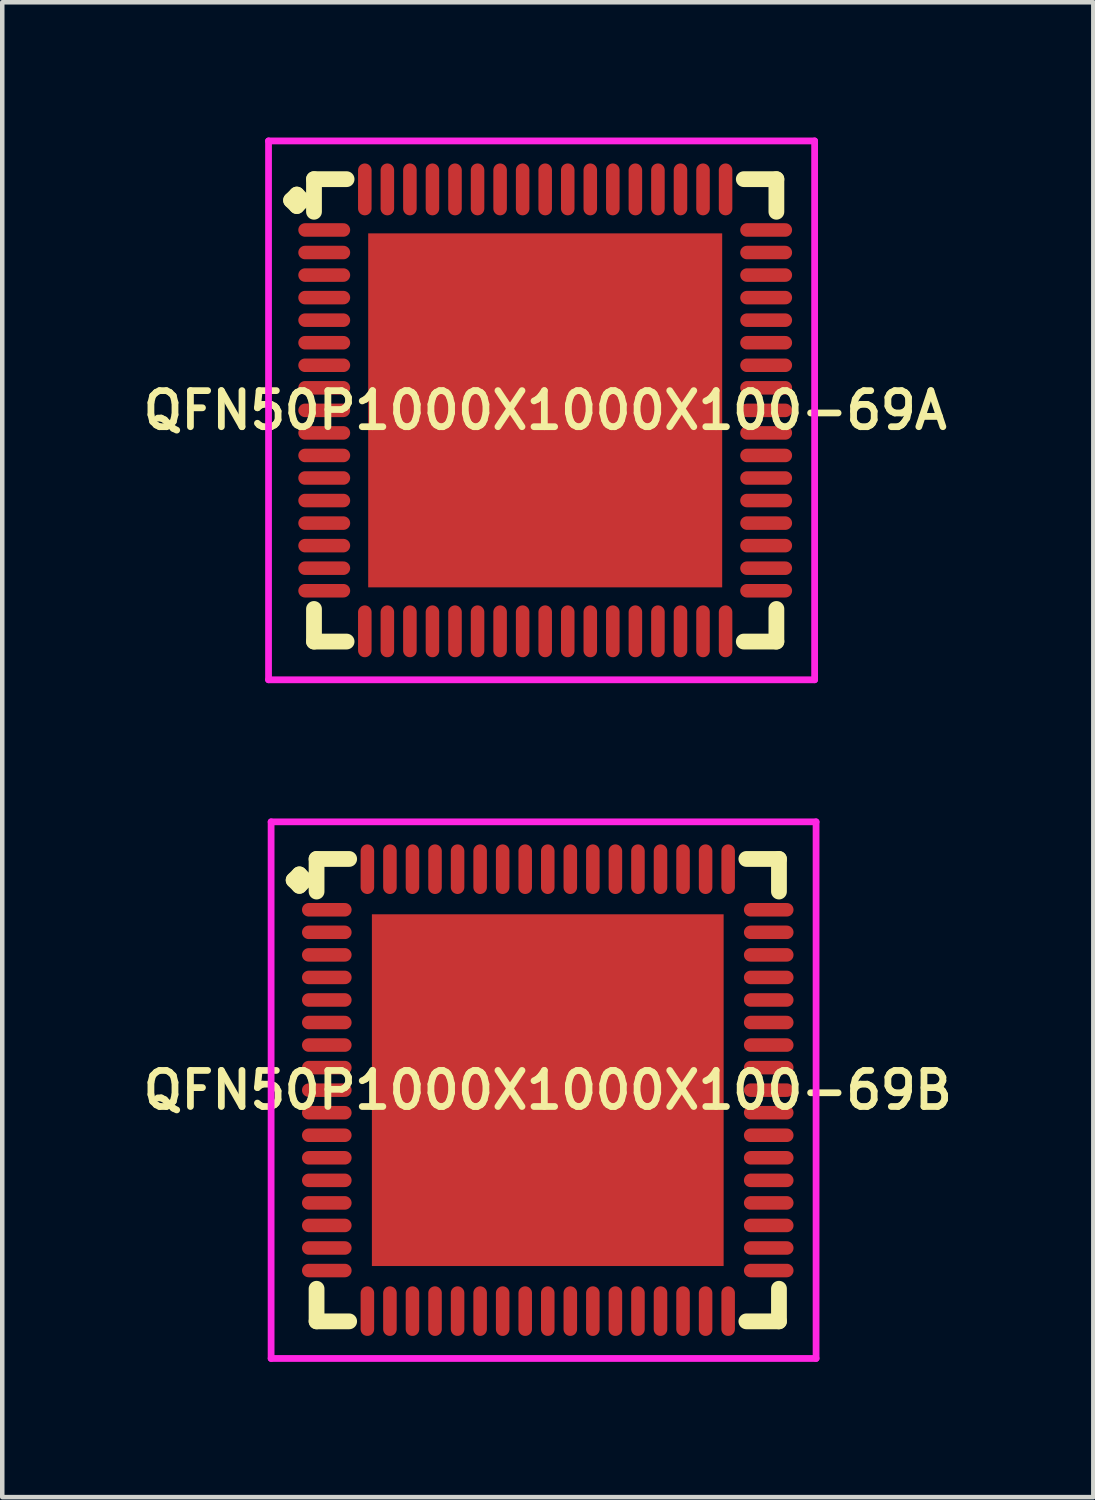
<source format=kicad_pcb>
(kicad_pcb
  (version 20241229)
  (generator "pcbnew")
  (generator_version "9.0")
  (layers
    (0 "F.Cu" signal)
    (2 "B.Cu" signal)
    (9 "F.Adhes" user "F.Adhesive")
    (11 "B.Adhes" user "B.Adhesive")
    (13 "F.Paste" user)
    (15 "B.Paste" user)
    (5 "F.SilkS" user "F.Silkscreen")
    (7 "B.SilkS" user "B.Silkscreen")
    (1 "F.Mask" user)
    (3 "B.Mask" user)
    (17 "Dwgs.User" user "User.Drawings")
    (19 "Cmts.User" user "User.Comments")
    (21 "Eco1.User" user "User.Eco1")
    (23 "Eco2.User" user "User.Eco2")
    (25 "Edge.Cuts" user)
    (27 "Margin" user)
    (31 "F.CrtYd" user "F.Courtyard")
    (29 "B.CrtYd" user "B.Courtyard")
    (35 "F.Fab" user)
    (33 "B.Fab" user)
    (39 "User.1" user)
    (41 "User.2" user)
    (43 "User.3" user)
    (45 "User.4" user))
  (footprint "QFN50P1000X1000X100-69B"
    (layer "F.Cu")
    (at 9.097 21.125)
    (property "Reference" "QFN50P1000X1000X100-69B" (at 0 0 0) (layer "F.SilkS") (effects (font (size 0.8 0.8) (thickness 0.15))))
    (attr through_hole)
    (fp_line (start -5.635 -4.658) (end -5.508 -4.785) (stroke (width 0.35) (type solid)) (layer "F.SilkS"))
    (fp_line (start -5.508 -4.785) (end -5.381 -4.658) (stroke (width 0.35) (type solid)) (layer "F.SilkS"))
    (fp_line (start -5.508 -4.531) (end -5.635 -4.658) (stroke (width 0.35) (type solid)) (layer "F.SilkS"))
    (fp_line (start -5.381 -4.658) (end -5.508 -4.531) (stroke (width 0.35) (type solid)) (layer "F.SilkS"))
    (fp_line (start -5.127 -5.127) (end -4.404 -5.127) (stroke (width 0.35) (type solid)) (layer "F.SilkS"))
    (fp_line (start -5.127 -4.404) (end -5.127 -5.127) (stroke (width 0.35) (type solid)) (layer "F.SilkS"))
    (fp_line (start -5.127 4.404) (end -5.127 5.127) (stroke (width 0.35) (type solid)) (layer "F.SilkS"))
    (fp_line (start -5.127 5.127) (end -4.404 5.127) (stroke (width 0.35) (type solid)) (layer "F.SilkS"))
    (fp_line (start 4.404 -5.127) (end 5.127 -5.127) (stroke (width 0.35) (type solid)) (layer "F.SilkS"))
    (fp_line (start 4.404 5.127) (end 5.127 5.127) (stroke (width 0.35) (type solid)) (layer "F.SilkS"))
    (fp_line (start 5.127 -5.127) (end 5.127 -4.404) (stroke (width 0.35) (type solid)) (layer "F.SilkS"))
    (fp_line (start 5.127 5.127) (end 5.127 4.404) (stroke (width 0.35) (type solid)) (layer "F.SilkS"))
    (fp_line (start -6.135 -5.95) (end 5.95 -5.95) (stroke (width 0.15) (type solid)) (layer "F.CrtYd"))
    (fp_line (start -6.135 5.95) (end -6.135 -5.95) (stroke (width 0.15) (type solid)) (layer "F.CrtYd"))
    (fp_line (start 5.95 -5.95) (end 5.95 5.95) (stroke (width 0.15) (type solid)) (layer "F.CrtYd"))
    (fp_line (start 5.95 5.95) (end -6.135 5.95) (stroke (width 0.15) (type solid)) (layer "F.CrtYd"))
    (pad "1" smd oval (at -4.9 -4) (size 1.1 0.3) (layers "F.Cu" "F.Mask" "F.Paste"))
    (pad "2" smd oval (at -4.9 -3.5) (size 1.1 0.3) (layers "F.Cu" "F.Mask" "F.Paste"))
    (pad "3" smd oval (at -4.9 -3) (size 1.1 0.3) (layers "F.Cu" "F.Mask" "F.Paste"))
    (pad "4" smd oval (at -4.9 -2.5) (size 1.1 0.3) (layers "F.Cu" "F.Mask" "F.Paste"))
    (pad "5" smd oval (at -4.9 -2) (size 1.1 0.3) (layers "F.Cu" "F.Mask" "F.Paste"))
    (pad "6" smd oval (at -4.9 -1.5) (size 1.1 0.3) (layers "F.Cu" "F.Mask" "F.Paste"))
    (pad "7" smd oval (at -4.9 -1) (size 1.1 0.3) (layers "F.Cu" "F.Mask" "F.Paste"))
    (pad "8" smd oval (at -4.9 -0.5) (size 1.1 0.3) (layers "F.Cu" "F.Mask" "F.Paste"))
    (pad "9" smd oval (at -4.9 0) (size 1.1 0.3) (layers "F.Cu" "F.Mask" "F.Paste"))
    (pad "10" smd oval (at -4.9 0.5) (size 1.1 0.3) (layers "F.Cu" "F.Mask" "F.Paste"))
    (pad "11" smd oval (at -4.9 1) (size 1.1 0.3) (layers "F.Cu" "F.Mask" "F.Paste"))
    (pad "12" smd oval (at -4.9 1.5) (size 1.1 0.3) (layers "F.Cu" "F.Mask" "F.Paste"))
    (pad "13" smd oval (at -4.9 2) (size 1.1 0.3) (layers "F.Cu" "F.Mask" "F.Paste"))
    (pad "14" smd oval (at -4.9 2.5) (size 1.1 0.3) (layers "F.Cu" "F.Mask" "F.Paste"))
    (pad "15" smd oval (at -4.9 3) (size 1.1 0.3) (layers "F.Cu" "F.Mask" "F.Paste"))
    (pad "16" smd oval (at -4.9 3.5) (size 1.1 0.3) (layers "F.Cu" "F.Mask" "F.Paste"))
    (pad "17" smd oval (at -4.9 4) (size 1.1 0.3) (layers "F.Cu" "F.Mask" "F.Paste"))
    (pad "18" smd oval (at -4 4.9) (size 0.3 1.1) (layers "F.Cu" "F.Mask" "F.Paste"))
    (pad "19" smd oval (at -3.5 4.9) (size 0.3 1.1) (layers "F.Cu" "F.Mask" "F.Paste"))
    (pad "20" smd oval (at -3 4.9) (size 0.3 1.1) (layers "F.Cu" "F.Mask" "F.Paste"))
    (pad "21" smd oval (at -2.5 4.9) (size 0.3 1.1) (layers "F.Cu" "F.Mask" "F.Paste"))
    (pad "22" smd oval (at -2 4.9) (size 0.3 1.1) (layers "F.Cu" "F.Mask" "F.Paste"))
    (pad "23" smd oval (at -1.5 4.9) (size 0.3 1.1) (layers "F.Cu" "F.Mask" "F.Paste"))
    (pad "24" smd oval (at -1 4.9) (size 0.3 1.1) (layers "F.Cu" "F.Mask" "F.Paste"))
    (pad "25" smd oval (at -0.5 4.9) (size 0.3 1.1) (layers "F.Cu" "F.Mask" "F.Paste"))
    (pad "26" smd oval (at 0 4.9) (size 0.3 1.1) (layers "F.Cu" "F.Mask" "F.Paste"))
    (pad "27" smd oval (at 0.5 4.9) (size 0.3 1.1) (layers "F.Cu" "F.Mask" "F.Paste"))
    (pad "28" smd oval (at 1 4.9) (size 0.3 1.1) (layers "F.Cu" "F.Mask" "F.Paste"))
    (pad "29" smd oval (at 1.5 4.9) (size 0.3 1.1) (layers "F.Cu" "F.Mask" "F.Paste"))
    (pad "30" smd oval (at 2 4.9) (size 0.3 1.1) (layers "F.Cu" "F.Mask" "F.Paste"))
    (pad "31" smd oval (at 2.5 4.9) (size 0.3 1.1) (layers "F.Cu" "F.Mask" "F.Paste"))
    (pad "32" smd oval (at 3 4.9) (size 0.3 1.1) (layers "F.Cu" "F.Mask" "F.Paste"))
    (pad "33" smd oval (at 3.5 4.9) (size 0.3 1.1) (layers "F.Cu" "F.Mask" "F.Paste"))
    (pad "34" smd oval (at 4 4.9) (size 0.3 1.1) (layers "F.Cu" "F.Mask" "F.Paste"))
    (pad "35" smd oval (at 4.9 4) (size 1.1 0.3) (layers "F.Cu" "F.Mask" "F.Paste"))
    (pad "36" smd oval (at 4.9 3.5) (size 1.1 0.3) (layers "F.Cu" "F.Mask" "F.Paste"))
    (pad "37" smd oval (at 4.9 3) (size 1.1 0.3) (layers "F.Cu" "F.Mask" "F.Paste"))
    (pad "38" smd oval (at 4.9 2.5) (size 1.1 0.3) (layers "F.Cu" "F.Mask" "F.Paste"))
    (pad "39" smd oval (at 4.9 2) (size 1.1 0.3) (layers "F.Cu" "F.Mask" "F.Paste"))
    (pad "40" smd oval (at 4.9 1.5) (size 1.1 0.3) (layers "F.Cu" "F.Mask" "F.Paste"))
    (pad "41" smd oval (at 4.9 1) (size 1.1 0.3) (layers "F.Cu" "F.Mask" "F.Paste"))
    (pad "42" smd oval (at 4.9 0.5) (size 1.1 0.3) (layers "F.Cu" "F.Mask" "F.Paste"))
    (pad "43" smd oval (at 4.9 0) (size 1.1 0.3) (layers "F.Cu" "F.Mask" "F.Paste"))
    (pad "44" smd oval (at 4.9 -0.5) (size 1.1 0.3) (layers "F.Cu" "F.Mask" "F.Paste"))
    (pad "45" smd oval (at 4.9 -1) (size 1.1 0.3) (layers "F.Cu" "F.Mask" "F.Paste"))
    (pad "46" smd oval (at 4.9 -1.5) (size 1.1 0.3) (layers "F.Cu" "F.Mask" "F.Paste"))
    (pad "47" smd oval (at 4.9 -2) (size 1.1 0.3) (layers "F.Cu" "F.Mask" "F.Paste"))
    (pad "48" smd oval (at 4.9 -2.5) (size 1.1 0.3) (layers "F.Cu" "F.Mask" "F.Paste"))
    (pad "49" smd oval (at 4.9 -3) (size 1.1 0.3) (layers "F.Cu" "F.Mask" "F.Paste"))
    (pad "50" smd oval (at 4.9 -3.5) (size 1.1 0.3) (layers "F.Cu" "F.Mask" "F.Paste"))
    (pad "51" smd oval (at 4.9 -4) (size 1.1 0.3) (layers "F.Cu" "F.Mask" "F.Paste"))
    (pad "52" smd oval (at 4 -4.9) (size 0.3 1.1) (layers "F.Cu" "F.Mask" "F.Paste"))
    (pad "53" smd oval (at 3.5 -4.9) (size 0.3 1.1) (layers "F.Cu" "F.Mask" "F.Paste"))
    (pad "54" smd oval (at 3 -4.9) (size 0.3 1.1) (layers "F.Cu" "F.Mask" "F.Paste"))
    (pad "55" smd oval (at 2.5 -4.9) (size 0.3 1.1) (layers "F.Cu" "F.Mask" "F.Paste"))
    (pad "56" smd oval (at 2 -4.9) (size 0.3 1.1) (layers "F.Cu" "F.Mask" "F.Paste"))
    (pad "57" smd oval (at 1.5 -4.9) (size 0.3 1.1) (layers "F.Cu" "F.Mask" "F.Paste"))
    (pad "58" smd oval (at 1 -4.9) (size 0.3 1.1) (layers "F.Cu" "F.Mask" "F.Paste"))
    (pad "59" smd oval (at 0.5 -4.9) (size 0.3 1.1) (layers "F.Cu" "F.Mask" "F.Paste"))
    (pad "60" smd oval (at 0 -4.9) (size 0.3 1.1) (layers "F.Cu" "F.Mask" "F.Paste"))
    (pad "61" smd oval (at -0.5 -4.9) (size 0.3 1.1) (layers "F.Cu" "F.Mask" "F.Paste"))
    (pad "62" smd oval (at -1 -4.9) (size 0.3 1.1) (layers "F.Cu" "F.Mask" "F.Paste"))
    (pad "63" smd oval (at -1.5 -4.9) (size 0.3 1.1) (layers "F.Cu" "F.Mask" "F.Paste"))
    (pad "64" smd oval (at -2 -4.9) (size 0.3 1.1) (layers "F.Cu" "F.Mask" "F.Paste"))
    (pad "65" smd oval (at -2.5 -4.9) (size 0.3 1.1) (layers "F.Cu" "F.Mask" "F.Paste"))
    (pad "66" smd oval (at -3 -4.9) (size 0.3 1.1) (layers "F.Cu" "F.Mask" "F.Paste"))
    (pad "67" smd oval (at -3.5 -4.9) (size 0.3 1.1) (layers "F.Cu" "F.Mask" "F.Paste"))
    (pad "68" smd oval (at -4 -4.9) (size 0.3 1.1) (layers "F.Cu" "F.Mask" "F.Paste"))
    (pad "69" smd rect (at 0 0) (size 7.8 7.8) (layers "F.Cu" "F.Mask" "F.Paste")))
  (footprint "QFN50P1000X1000X100-69A"
    (layer "F.Cu")
    (at 9.04 6.05)
    (property "Reference" "QFN50P1000X1000X100-69A" (at 0 0 0) (layer "F.SilkS") (effects (font (size 0.8 0.8) (thickness 0.15))))
    (attr smd)
    (fp_line (start -5.635 -4.658) (end -5.508 -4.785) (stroke (width 0.35) (type solid)) (layer "F.SilkS"))
    (fp_line (start -5.508 -4.785) (end -5.381 -4.658) (stroke (width 0.35) (type solid)) (layer "F.SilkS"))
    (fp_line (start -5.508 -4.531) (end -5.635 -4.658) (stroke (width 0.35) (type solid)) (layer "F.SilkS"))
    (fp_line (start -5.381 -4.658) (end -5.508 -4.531) (stroke (width 0.35) (type solid)) (layer "F.SilkS"))
    (fp_line (start -5.127 -5.127) (end -4.404 -5.127) (stroke (width 0.35) (type solid)) (layer "F.SilkS"))
    (fp_line (start -5.127 -4.404) (end -5.127 -5.127) (stroke (width 0.35) (type solid)) (layer "F.SilkS"))
    (fp_line (start -5.127 4.404) (end -5.127 5.127) (stroke (width 0.35) (type solid)) (layer "F.SilkS"))
    (fp_line (start -5.127 5.127) (end -4.404 5.127) (stroke (width 0.35) (type solid)) (layer "F.SilkS"))
    (fp_line (start 4.404 -5.127) (end 5.127 -5.127) (stroke (width 0.35) (type solid)) (layer "F.SilkS"))
    (fp_line (start 4.404 5.127) (end 5.127 5.127) (stroke (width 0.35) (type solid)) (layer "F.SilkS"))
    (fp_line (start 5.127 -5.127) (end 5.127 -4.404) (stroke (width 0.35) (type solid)) (layer "F.SilkS"))
    (fp_line (start 5.127 5.127) (end 5.127 4.404) (stroke (width 0.35) (type solid)) (layer "F.SilkS"))
    (fp_line (start -6.135 -5.975) (end 5.975 -5.975) (stroke (width 0.15) (type solid)) (layer "F.CrtYd"))
    (fp_line (start -6.135 5.975) (end -6.135 -5.975) (stroke (width 0.15) (type solid)) (layer "F.CrtYd"))
    (fp_line (start 5.975 -5.975) (end 5.975 5.975) (stroke (width 0.15) (type solid)) (layer "F.CrtYd"))
    (fp_line (start 5.975 5.975) (end -6.135 5.975) (stroke (width 0.15) (type solid)) (layer "F.CrtYd"))
    (pad "1" smd oval (at -4.9 -4) (size 1.15 0.3) (layers "F.Cu" "F.Mask" "F.Paste"))
    (pad "2" smd oval (at -4.9 -3.5) (size 1.15 0.3) (layers "F.Cu" "F.Mask" "F.Paste"))
    (pad "3" smd oval (at -4.9 -3) (size 1.15 0.3) (layers "F.Cu" "F.Mask" "F.Paste"))
    (pad "4" smd oval (at -4.9 -2.5) (size 1.15 0.3) (layers "F.Cu" "F.Mask" "F.Paste"))
    (pad "5" smd oval (at -4.9 -2) (size 1.15 0.3) (layers "F.Cu" "F.Mask" "F.Paste"))
    (pad "6" smd oval (at -4.9 -1.5) (size 1.15 0.3) (layers "F.Cu" "F.Mask" "F.Paste"))
    (pad "7" smd oval (at -4.9 -1) (size 1.15 0.3) (layers "F.Cu" "F.Mask" "F.Paste"))
    (pad "8" smd oval (at -4.9 -0.5) (size 1.15 0.3) (layers "F.Cu" "F.Mask" "F.Paste"))
    (pad "9" smd oval (at -4.9 0) (size 1.15 0.3) (layers "F.Cu" "F.Mask" "F.Paste"))
    (pad "10" smd oval (at -4.9 0.5) (size 1.15 0.3) (layers "F.Cu" "F.Mask" "F.Paste"))
    (pad "11" smd oval (at -4.9 1) (size 1.15 0.3) (layers "F.Cu" "F.Mask" "F.Paste"))
    (pad "12" smd oval (at -4.9 1.5) (size 1.15 0.3) (layers "F.Cu" "F.Mask" "F.Paste"))
    (pad "13" smd oval (at -4.9 2) (size 1.15 0.3) (layers "F.Cu" "F.Mask" "F.Paste"))
    (pad "14" smd oval (at -4.9 2.5) (size 1.15 0.3) (layers "F.Cu" "F.Mask" "F.Paste"))
    (pad "15" smd oval (at -4.9 3) (size 1.15 0.3) (layers "F.Cu" "F.Mask" "F.Paste"))
    (pad "16" smd oval (at -4.9 3.5) (size 1.15 0.3) (layers "F.Cu" "F.Mask" "F.Paste"))
    (pad "17" smd oval (at -4.9 4) (size 1.15 0.3) (layers "F.Cu" "F.Mask" "F.Paste"))
    (pad "18" smd oval (at -4 4.9) (size 0.3 1.15) (layers "F.Cu" "F.Mask" "F.Paste"))
    (pad "19" smd oval (at -3.5 4.9) (size 0.3 1.15) (layers "F.Cu" "F.Mask" "F.Paste"))
    (pad "20" smd oval (at -3 4.9) (size 0.3 1.15) (layers "F.Cu" "F.Mask" "F.Paste"))
    (pad "21" smd oval (at -2.5 4.9) (size 0.3 1.15) (layers "F.Cu" "F.Mask" "F.Paste"))
    (pad "22" smd oval (at -2 4.9) (size 0.3 1.15) (layers "F.Cu" "F.Mask" "F.Paste"))
    (pad "23" smd oval (at -1.5 4.9) (size 0.3 1.15) (layers "F.Cu" "F.Mask" "F.Paste"))
    (pad "24" smd oval (at -1 4.9) (size 0.3 1.15) (layers "F.Cu" "F.Mask" "F.Paste"))
    (pad "25" smd oval (at -0.5 4.9) (size 0.3 1.15) (layers "F.Cu" "F.Mask" "F.Paste"))
    (pad "26" smd oval (at 0 4.9) (size 0.3 1.15) (layers "F.Cu" "F.Mask" "F.Paste"))
    (pad "27" smd oval (at 0.5 4.9) (size 0.3 1.15) (layers "F.Cu" "F.Mask" "F.Paste"))
    (pad "28" smd oval (at 1 4.9) (size 0.3 1.15) (layers "F.Cu" "F.Mask" "F.Paste"))
    (pad "29" smd oval (at 1.5 4.9) (size 0.3 1.15) (layers "F.Cu" "F.Mask" "F.Paste"))
    (pad "30" smd oval (at 2 4.9) (size 0.3 1.15) (layers "F.Cu" "F.Mask" "F.Paste"))
    (pad "31" smd oval (at 2.5 4.9) (size 0.3 1.15) (layers "F.Cu" "F.Mask" "F.Paste"))
    (pad "32" smd oval (at 3 4.9) (size 0.3 1.15) (layers "F.Cu" "F.Mask" "F.Paste"))
    (pad "33" smd oval (at 3.5 4.9) (size 0.3 1.15) (layers "F.Cu" "F.Mask" "F.Paste"))
    (pad "34" smd oval (at 4 4.9) (size 0.3 1.15) (layers "F.Cu" "F.Mask" "F.Paste"))
    (pad "35" smd oval (at 4.9 4) (size 1.15 0.3) (layers "F.Cu" "F.Mask" "F.Paste"))
    (pad "36" smd oval (at 4.9 3.5) (size 1.15 0.3) (layers "F.Cu" "F.Mask" "F.Paste"))
    (pad "37" smd oval (at 4.9 3) (size 1.15 0.3) (layers "F.Cu" "F.Mask" "F.Paste"))
    (pad "38" smd oval (at 4.9 2.5) (size 1.15 0.3) (layers "F.Cu" "F.Mask" "F.Paste"))
    (pad "39" smd oval (at 4.9 2) (size 1.15 0.3) (layers "F.Cu" "F.Mask" "F.Paste"))
    (pad "40" smd oval (at 4.9 1.5) (size 1.15 0.3) (layers "F.Cu" "F.Mask" "F.Paste"))
    (pad "41" smd oval (at 4.9 1) (size 1.15 0.3) (layers "F.Cu" "F.Mask" "F.Paste"))
    (pad "42" smd oval (at 4.9 0.5) (size 1.15 0.3) (layers "F.Cu" "F.Mask" "F.Paste"))
    (pad "43" smd oval (at 4.9 0) (size 1.15 0.3) (layers "F.Cu" "F.Mask" "F.Paste"))
    (pad "44" smd oval (at 4.9 -0.5) (size 1.15 0.3) (layers "F.Cu" "F.Mask" "F.Paste"))
    (pad "45" smd oval (at 4.9 -1) (size 1.15 0.3) (layers "F.Cu" "F.Mask" "F.Paste"))
    (pad "46" smd oval (at 4.9 -1.5) (size 1.15 0.3) (layers "F.Cu" "F.Mask" "F.Paste"))
    (pad "47" smd oval (at 4.9 -2) (size 1.15 0.3) (layers "F.Cu" "F.Mask" "F.Paste"))
    (pad "48" smd oval (at 4.9 -2.5) (size 1.15 0.3) (layers "F.Cu" "F.Mask" "F.Paste"))
    (pad "49" smd oval (at 4.9 -3) (size 1.15 0.3) (layers "F.Cu" "F.Mask" "F.Paste"))
    (pad "50" smd oval (at 4.9 -3.5) (size 1.15 0.3) (layers "F.Cu" "F.Mask" "F.Paste"))
    (pad "51" smd oval (at 4.9 -4) (size 1.15 0.3) (layers "F.Cu" "F.Mask" "F.Paste"))
    (pad "52" smd oval (at 4 -4.9) (size 0.3 1.15) (layers "F.Cu" "F.Mask" "F.Paste"))
    (pad "53" smd oval (at 3.5 -4.9) (size 0.3 1.15) (layers "F.Cu" "F.Mask" "F.Paste"))
    (pad "54" smd oval (at 3 -4.9) (size 0.3 1.15) (layers "F.Cu" "F.Mask" "F.Paste"))
    (pad "55" smd oval (at 2.5 -4.9) (size 0.3 1.15) (layers "F.Cu" "F.Mask" "F.Paste"))
    (pad "56" smd oval (at 2 -4.9) (size 0.3 1.15) (layers "F.Cu" "F.Mask" "F.Paste"))
    (pad "57" smd oval (at 1.5 -4.9) (size 0.3 1.15) (layers "F.Cu" "F.Mask" "F.Paste"))
    (pad "58" smd oval (at 1 -4.9) (size 0.3 1.15) (layers "F.Cu" "F.Mask" "F.Paste"))
    (pad "59" smd oval (at 0.5 -4.9) (size 0.3 1.15) (layers "F.Cu" "F.Mask" "F.Paste"))
    (pad "60" smd oval (at 0 -4.9) (size 0.3 1.15) (layers "F.Cu" "F.Mask" "F.Paste"))
    (pad "61" smd oval (at -0.5 -4.9) (size 0.3 1.15) (layers "F.Cu" "F.Mask" "F.Paste"))
    (pad "62" smd oval (at -1 -4.9) (size 0.3 1.15) (layers "F.Cu" "F.Mask" "F.Paste"))
    (pad "63" smd oval (at -1.5 -4.9) (size 0.3 1.15) (layers "F.Cu" "F.Mask" "F.Paste"))
    (pad "64" smd oval (at -2 -4.9) (size 0.3 1.15) (layers "F.Cu" "F.Mask" "F.Paste"))
    (pad "65" smd oval (at -2.5 -4.9) (size 0.3 1.15) (layers "F.Cu" "F.Mask" "F.Paste"))
    (pad "66" smd oval (at -3 -4.9) (size 0.3 1.15) (layers "F.Cu" "F.Mask" "F.Paste"))
    (pad "67" smd oval (at -3.5 -4.9) (size 0.3 1.15) (layers "F.Cu" "F.Mask" "F.Paste"))
    (pad "68" smd oval (at -4 -4.9) (size 0.3 1.15) (layers "F.Cu" "F.Mask" "F.Paste"))
    (pad "69" smd rect (at 0 0) (size 7.85 7.85) (layers "F.Cu" "F.Mask" "F.Paste")))
  (gr_rect
    (start -3 -3)
    (end 21.195 30.15)
    (stroke (width 0.1) (type default))
    (fill no)
    (layer "Edge.Cuts")))
</source>
